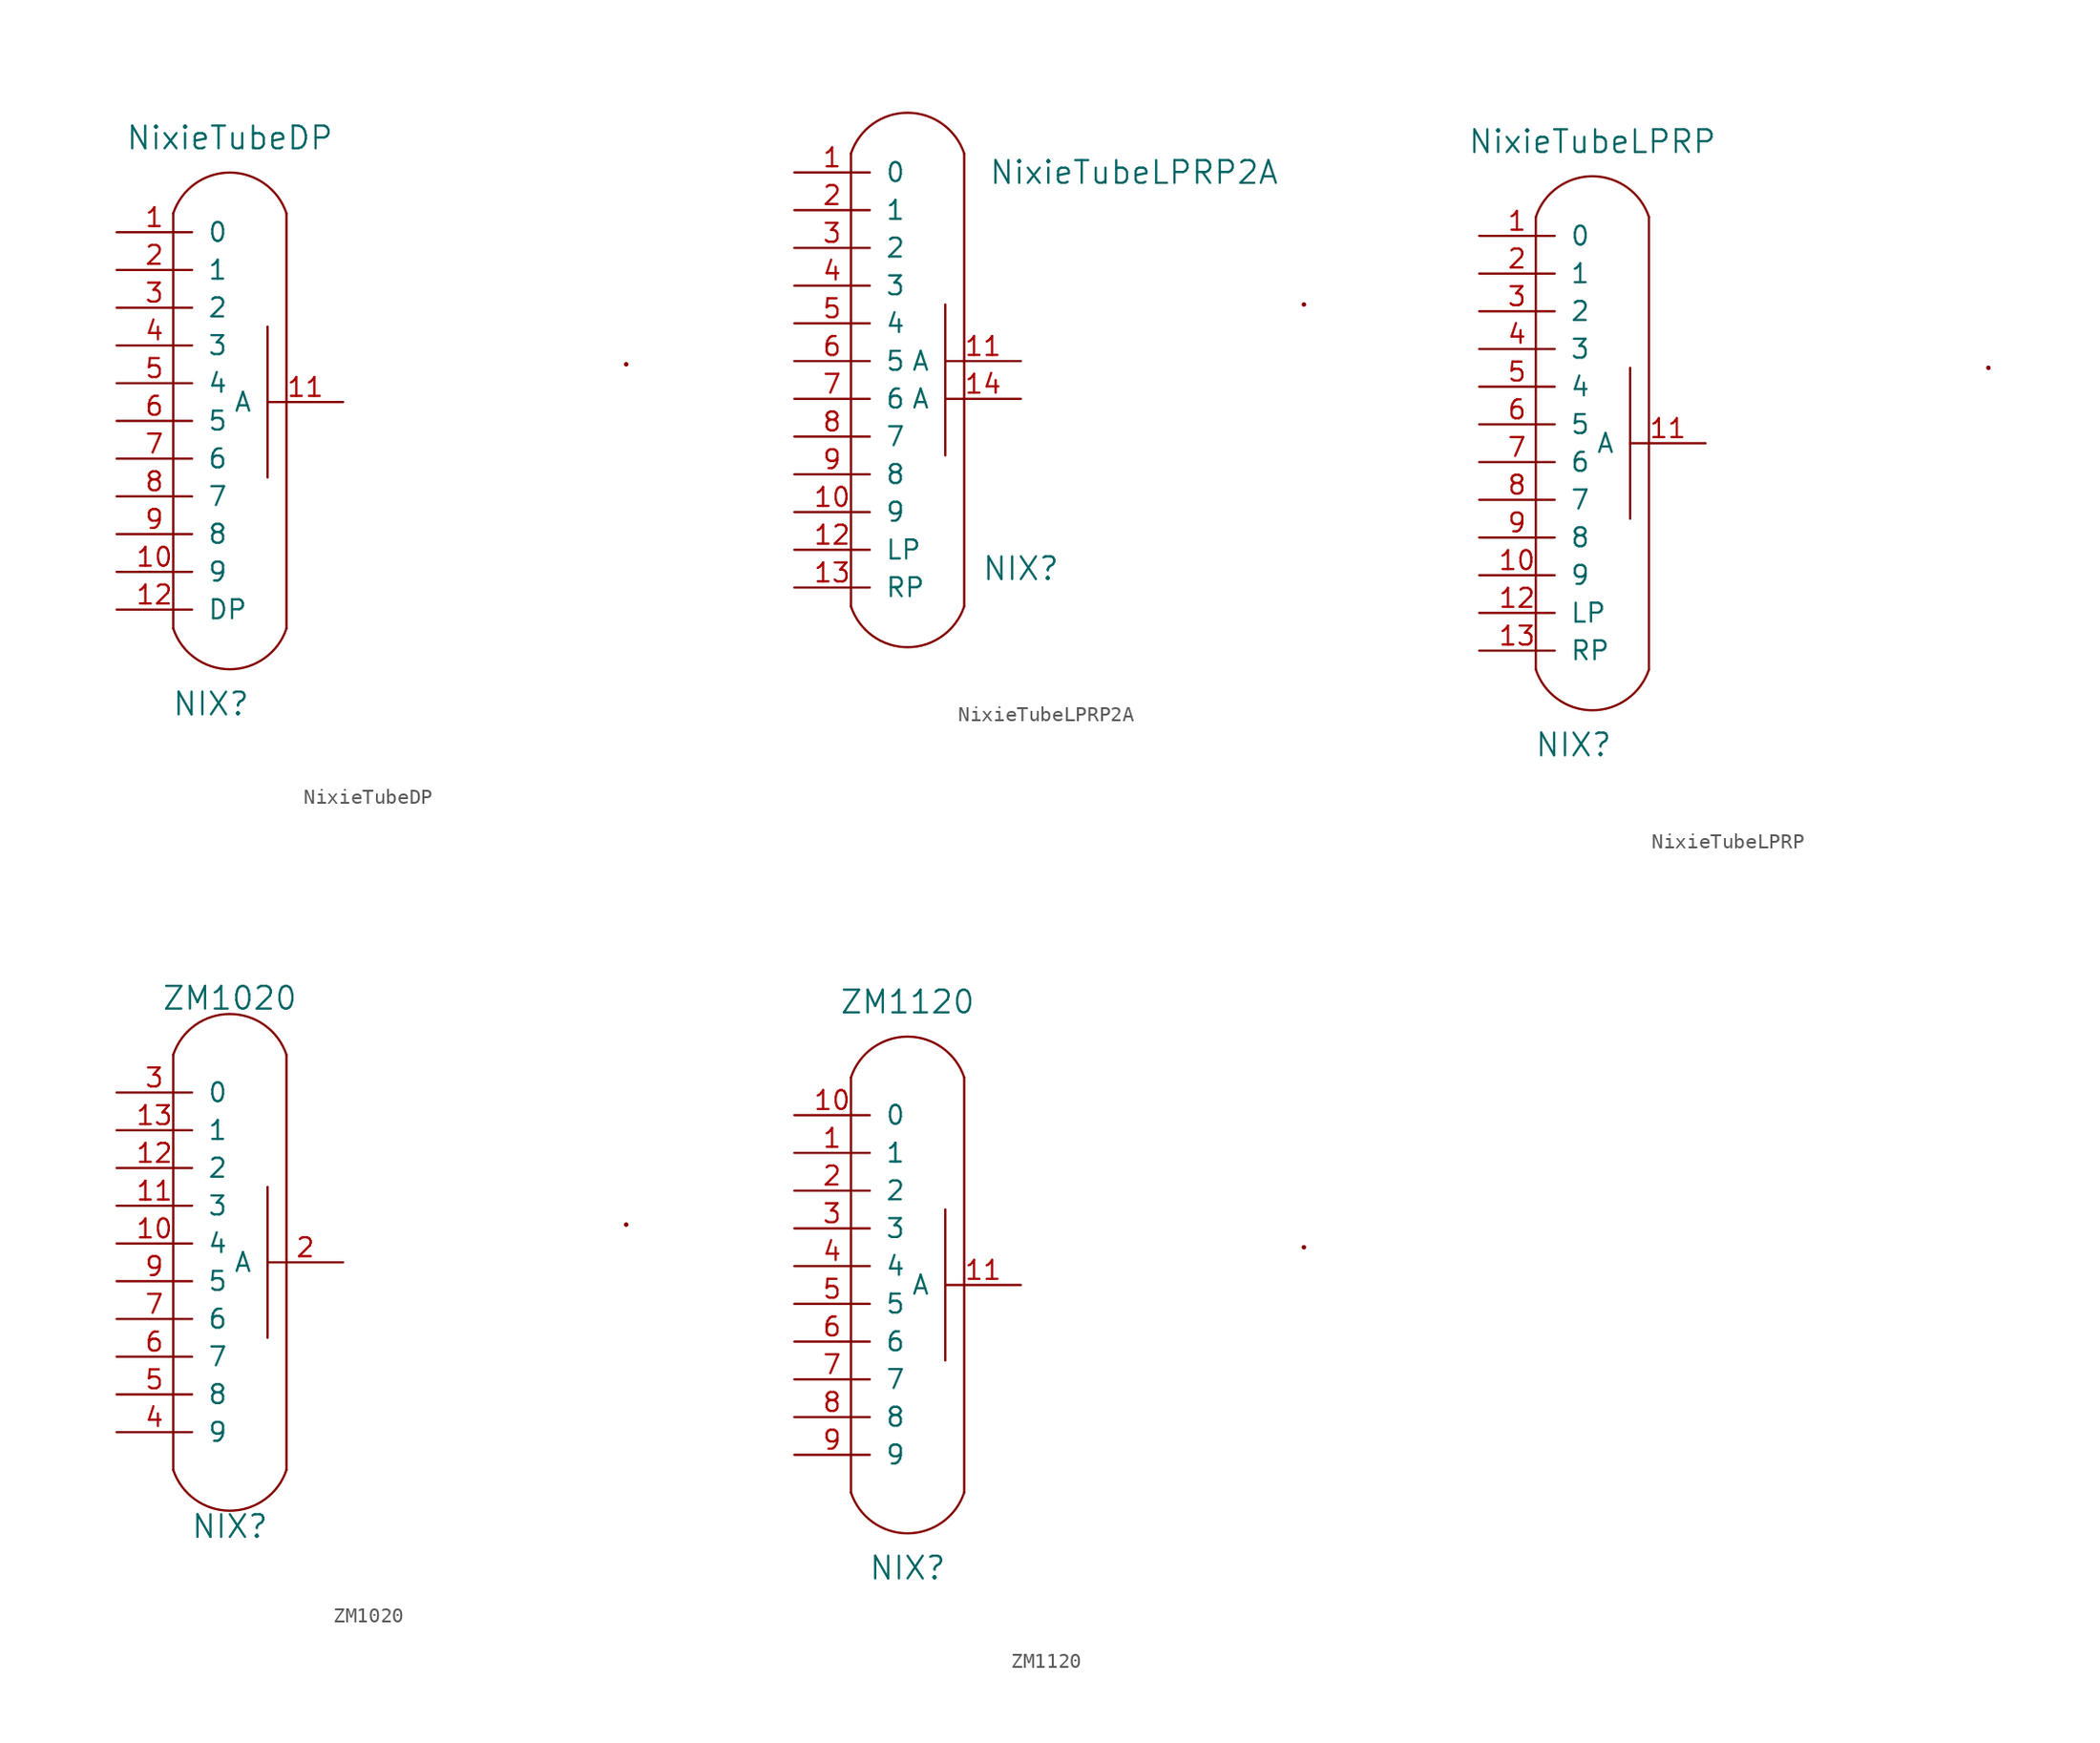
<source format=kicad_sym>
(kicad_symbol_lib
  (version 20231120)
  (generator "kicad_symbol_editor")
  (generator_version "8.0")
  (symbol "NixieTubeDP"
    (pin_names
      (offset 1.016))
    (property "Reference" "NIX"
      (at 8.89 -27.94 0)
      (effects (font (size 1.524 1.524))))
    (property "Value" "NixieTubeDP"
      (at 10.16 10.16 0)
      (effects (font (size 1.524 1.524))))
    (symbol "NixieTubeDP_0_1"
      (polyline (pts (xy 6.35 5.08) (xy 6.35 -22.86)) (stroke (width 0) (type default)) (fill (type none)))
      (polyline (pts (xy 12.7 -2.54) (xy 12.7 -12.7)) (stroke (width 0) (type default)) (fill (type none)))
      (polyline (pts (xy 13.97 -22.86) (xy 13.97 5.08)) (stroke (width 0) (type default)) (fill (type none)))
      (arc (start 6.35 -22.86) (mid 10.16 -25.6061) (end 13.97 -22.86) (stroke (width 0) (type default)) (fill (type none)))
      (arc (start 13.97 5.08) (mid 10.16 7.8261) (end 6.35 5.08) (stroke (width 0) (type default)) (fill (type none)))
      (circle (center 36.83 -5.08) (radius 0.0001) (stroke (width 0) (type default)) (fill (type none))))
    (symbol "NixieTubeDP_1_1"
      (pin output line (at 2.54 3.81 0) (length 5.08) (name "0" (effects (font (size 1.27 1.27)))) (number "1" (effects (font (size 1.27 1.27)))))
      (pin output line (at 2.54 -19.05 0) (length 5.08) (name "9" (effects (font (size 1.27 1.27)))) (number "10" (effects (font (size 1.27 1.27)))))
      (pin input line (at 17.78 -7.62 180) (length 5.08) (name "A" (effects (font (size 1.27 1.27)))) (number "11" (effects (font (size 1.27 1.27)))))
      (pin output line (at 2.54 -21.59 0) (length 5.08) (name "DP" (effects (font (size 1.27 1.27)))) (number "12" (effects (font (size 1.27 1.27)))))
      (pin output line (at 2.54 1.27 0) (length 5.08) (name "1" (effects (font (size 1.27 1.27)))) (number "2" (effects (font (size 1.27 1.27)))))
      (pin output line (at 2.54 -1.27 0) (length 5.08) (name "2" (effects (font (size 1.27 1.27)))) (number "3" (effects (font (size 1.27 1.27)))))
      (pin output line (at 2.54 -3.81 0) (length 5.08) (name "3" (effects (font (size 1.27 1.27)))) (number "4" (effects (font (size 1.27 1.27)))))
      (pin output line (at 2.54 -6.35 0) (length 5.08) (name "4" (effects (font (size 1.27 1.27)))) (number "5" (effects (font (size 1.27 1.27)))))
      (pin output line (at 2.54 -8.89 0) (length 5.08) (name "5" (effects (font (size 1.27 1.27)))) (number "6" (effects (font (size 1.27 1.27)))))
      (pin output line (at 2.54 -11.43 0) (length 5.08) (name "6" (effects (font (size 1.27 1.27)))) (number "7" (effects (font (size 1.27 1.27)))))
      (pin output line (at 2.54 -13.97 0) (length 5.08) (name "7" (effects (font (size 1.27 1.27)))) (number "8" (effects (font (size 1.27 1.27)))))
      (pin output line (at 2.54 -16.51 0) (length 5.08) (name "8" (effects (font (size 1.27 1.27)))) (number "9" (effects (font (size 1.27 1.27)))))))
  (symbol "NixieTubeLPRP2A"
    (pin_names
      (offset 1.016))
    (property "Reference" "NIX"
      (at 17.78 -22.86 0)
      (effects (font (size 1.524 1.524))))
    (property "Value" "NixieTubeLPRP2A"
      (at 25.4 3.81 0)
      (effects (font (size 1.524 1.524))))
    (symbol "NixieTubeLPRP2A_0_1"
      (polyline (pts (xy 6.35 5.08) (xy 6.35 -25.4)) (stroke (width 0) (type default)) (fill (type none)))
      (polyline (pts (xy 12.7 -5.08) (xy 12.7 -15.24)) (stroke (width 0) (type default)) (fill (type none)))
      (polyline (pts (xy 13.97 -25.4) (xy 13.97 5.08)) (stroke (width 0) (type default)) (fill (type none)))
      (arc (start 6.35 -25.4) (mid 10.16 -28.1461) (end 13.97 -25.4) (stroke (width 0) (type default)) (fill (type none)))
      (arc (start 13.97 5.08) (mid 10.16 7.8261) (end 6.35 5.08) (stroke (width 0) (type default)) (fill (type none)))
      (circle (center 36.83 -5.08) (radius 0.0001) (stroke (width 0) (type default)) (fill (type none))))
    (symbol "NixieTubeLPRP2A_1_1"
      (pin output line (at 2.54 3.81 0) (length 5.08) (name "0" (effects (font (size 1.27 1.27)))) (number "1" (effects (font (size 1.27 1.27)))))
      (pin output line (at 2.54 -19.05 0) (length 5.08) (name "9" (effects (font (size 1.27 1.27)))) (number "10" (effects (font (size 1.27 1.27)))))
      (pin input line (at 17.78 -8.89 180) (length 5.08) (name "A" (effects (font (size 1.27 1.27)))) (number "11" (effects (font (size 1.27 1.27)))))
      (pin output line (at 2.54 -21.59 0) (length 5.08) (name "LP" (effects (font (size 1.27 1.27)))) (number "12" (effects (font (size 1.27 1.27)))))
      (pin output line (at 2.54 -24.13 0) (length 5.08) (name "RP" (effects (font (size 1.27 1.27)))) (number "13" (effects (font (size 1.27 1.27)))))
      (pin input line (at 17.78 -11.43 180) (length 5.08) (name "A" (effects (font (size 1.27 1.27)))) (number "14" (effects (font (size 1.27 1.27)))))
      (pin output line (at 2.54 1.27 0) (length 5.08) (name "1" (effects (font (size 1.27 1.27)))) (number "2" (effects (font (size 1.27 1.27)))))
      (pin output line (at 2.54 -1.27 0) (length 5.08) (name "2" (effects (font (size 1.27 1.27)))) (number "3" (effects (font (size 1.27 1.27)))))
      (pin output line (at 2.54 -3.81 0) (length 5.08) (name "3" (effects (font (size 1.27 1.27)))) (number "4" (effects (font (size 1.27 1.27)))))
      (pin output line (at 2.54 -6.35 0) (length 5.08) (name "4" (effects (font (size 1.27 1.27)))) (number "5" (effects (font (size 1.27 1.27)))))
      (pin output line (at 2.54 -8.89 0) (length 5.08) (name "5" (effects (font (size 1.27 1.27)))) (number "6" (effects (font (size 1.27 1.27)))))
      (pin output line (at 2.54 -11.43 0) (length 5.08) (name "6" (effects (font (size 1.27 1.27)))) (number "7" (effects (font (size 1.27 1.27)))))
      (pin output line (at 2.54 -13.97 0) (length 5.08) (name "7" (effects (font (size 1.27 1.27)))) (number "8" (effects (font (size 1.27 1.27)))))
      (pin output line (at 2.54 -16.51 0) (length 5.08) (name "8" (effects (font (size 1.27 1.27)))) (number "9" (effects (font (size 1.27 1.27)))))))
  (symbol "NixieTubeLPRP"
    (pin_names
      (offset 1.016))
    (property "Reference" "NIX"
      (at 8.89 -30.48 0)
      (effects (font (size 1.524 1.524))))
    (property "Value" "NixieTubeLPRP"
      (at 10.16 10.16 0)
      (effects (font (size 1.524 1.524))))
    (symbol "NixieTubeLPRP_0_1"
      (polyline (pts (xy 6.35 5.08) (xy 6.35 -25.4)) (stroke (width 0) (type default)) (fill (type none)))
      (polyline (pts (xy 12.7 -5.08) (xy 12.7 -15.24)) (stroke (width 0) (type default)) (fill (type none)))
      (polyline (pts (xy 13.97 -25.4) (xy 13.97 5.08)) (stroke (width 0) (type default)) (fill (type none)))
      (arc (start 6.35 -25.4) (mid 10.16 -28.1461) (end 13.97 -25.4) (stroke (width 0) (type default)) (fill (type none)))
      (arc (start 13.97 5.08) (mid 10.16 7.8261) (end 6.35 5.08) (stroke (width 0) (type default)) (fill (type none)))
      (circle (center 36.83 -5.08) (radius 0.0001) (stroke (width 0) (type default)) (fill (type none))))
    (symbol "NixieTubeLPRP_1_1"
      (pin output line (at 2.54 3.81 0) (length 5.08) (name "0" (effects (font (size 1.27 1.27)))) (number "1" (effects (font (size 1.27 1.27)))))
      (pin output line (at 2.54 -19.05 0) (length 5.08) (name "9" (effects (font (size 1.27 1.27)))) (number "10" (effects (font (size 1.27 1.27)))))
      (pin input line (at 17.78 -10.16 180) (length 5.08) (name "A" (effects (font (size 1.27 1.27)))) (number "11" (effects (font (size 1.27 1.27)))))
      (pin output line (at 2.54 -21.59 0) (length 5.08) (name "LP" (effects (font (size 1.27 1.27)))) (number "12" (effects (font (size 1.27 1.27)))))
      (pin output line (at 2.54 -24.13 0) (length 5.08) (name "RP" (effects (font (size 1.27 1.27)))) (number "13" (effects (font (size 1.27 1.27)))))
      (pin output line (at 2.54 1.27 0) (length 5.08) (name "1" (effects (font (size 1.27 1.27)))) (number "2" (effects (font (size 1.27 1.27)))))
      (pin output line (at 2.54 -1.27 0) (length 5.08) (name "2" (effects (font (size 1.27 1.27)))) (number "3" (effects (font (size 1.27 1.27)))))
      (pin output line (at 2.54 -3.81 0) (length 5.08) (name "3" (effects (font (size 1.27 1.27)))) (number "4" (effects (font (size 1.27 1.27)))))
      (pin output line (at 2.54 -6.35 0) (length 5.08) (name "4" (effects (font (size 1.27 1.27)))) (number "5" (effects (font (size 1.27 1.27)))))
      (pin output line (at 2.54 -8.89 0) (length 5.08) (name "5" (effects (font (size 1.27 1.27)))) (number "6" (effects (font (size 1.27 1.27)))))
      (pin output line (at 2.54 -11.43 0) (length 5.08) (name "6" (effects (font (size 1.27 1.27)))) (number "7" (effects (font (size 1.27 1.27)))))
      (pin output line (at 2.54 -13.97 0) (length 5.08) (name "7" (effects (font (size 1.27 1.27)))) (number "8" (effects (font (size 1.27 1.27)))))
      (pin output line (at 2.54 -16.51 0) (length 5.08) (name "8" (effects (font (size 1.27 1.27)))) (number "9" (effects (font (size 1.27 1.27)))))))
  (symbol "ZM1020"
    (pin_names
      (offset 1.016))
    (property "Reference" "NIX"
      (at 10.16 -25.4 0)
      (effects (font (size 1.524 1.524))))
    (property "Value" "ZM1020"
      (at 10.16 10.16 0)
      (effects (font (size 1.524 1.524))))
    (symbol "ZM1020_0_1"
      (polyline (pts (xy 6.35 6.35) (xy 6.35 -21.59)) (stroke (width 0) (type default)) (fill (type none)))
      (polyline (pts (xy 12.7 -2.54) (xy 12.7 -12.7)) (stroke (width 0) (type default)) (fill (type none)))
      (polyline (pts (xy 13.97 -21.59) (xy 13.97 6.35)) (stroke (width 0) (type default)) (fill (type none)))
      (arc (start 6.35 -21.59) (mid 10.16 -24.3361) (end 13.97 -21.59) (stroke (width 0) (type default)) (fill (type none)))
      (arc (start 13.97 6.35) (mid 10.16 9.0961) (end 6.35 6.35) (stroke (width 0) (type default)) (fill (type none)))
      (circle (center 36.83 -5.08) (radius 0.0001) (stroke (width 0) (type default)) (fill (type none))))
    (symbol "ZM1020_1_1"
      (pin input line (at 2.54 -6.35 0) (length 5.08) (name "4" (effects (font (size 1.27 1.27)))) (number "10" (effects (font (size 1.27 1.27)))))
      (pin input line (at 2.54 -3.81 0) (length 5.08) (name "3" (effects (font (size 1.27 1.27)))) (number "11" (effects (font (size 1.27 1.27)))))
      (pin input line (at 2.54 -1.27 0) (length 5.08) (name "2" (effects (font (size 1.27 1.27)))) (number "12" (effects (font (size 1.27 1.27)))))
      (pin input line (at 2.54 1.27 0) (length 5.08) (name "1" (effects (font (size 1.27 1.27)))) (number "13" (effects (font (size 1.27 1.27)))))
      (pin input line (at 17.78 -7.62 180) (length 5.08) (name "A" (effects (font (size 1.27 1.27)))) (number "2" (effects (font (size 1.27 1.27)))))
      (pin input line (at 2.54 3.81 0) (length 5.08) (name "0" (effects (font (size 1.27 1.27)))) (number "3" (effects (font (size 1.27 1.27)))))
      (pin input line (at 2.54 -19.05 0) (length 5.08) (name "9" (effects (font (size 1.27 1.27)))) (number "4" (effects (font (size 1.27 1.27)))))
      (pin input line (at 2.54 -16.51 0) (length 5.08) (name "8" (effects (font (size 1.27 1.27)))) (number "5" (effects (font (size 1.27 1.27)))))
      (pin input line (at 2.54 -13.97 0) (length 5.08) (name "7" (effects (font (size 1.27 1.27)))) (number "6" (effects (font (size 1.27 1.27)))))
      (pin input line (at 2.54 -11.43 0) (length 5.08) (name "6" (effects (font (size 1.27 1.27)))) (number "7" (effects (font (size 1.27 1.27)))))
      (pin input line (at 2.54 -8.89 0) (length 5.08) (name "5" (effects (font (size 1.27 1.27)))) (number "9" (effects (font (size 1.27 1.27)))))))
  (symbol "ZM1120"
    (pin_names
      (offset 1.016))
    (property "Reference" "NIX"
      (at 10.16 -26.67 0)
      (effects (font (size 1.524 1.524))))
    (property "Value" "ZM1120"
      (at 10.16 11.43 0)
      (effects (font (size 1.524 1.524))))
    (symbol "ZM1120_0_1"
      (polyline (pts (xy 6.35 6.35) (xy 6.35 -21.59)) (stroke (width 0) (type default)) (fill (type none)))
      (polyline (pts (xy 12.7 -2.54) (xy 12.7 -12.7)) (stroke (width 0) (type default)) (fill (type none)))
      (polyline (pts (xy 13.97 -21.59) (xy 13.97 6.35)) (stroke (width 0) (type default)) (fill (type none)))
      (arc (start 6.35 -21.59) (mid 10.16 -24.3361) (end 13.97 -21.59) (stroke (width 0) (type default)) (fill (type none)))
      (arc (start 13.97 6.35) (mid 10.16 9.0961) (end 6.35 6.35) (stroke (width 0) (type default)) (fill (type none)))
      (circle (center 36.83 -5.08) (radius 0.0001) (stroke (width 0) (type default)) (fill (type none))))
    (symbol "ZM1120_1_1"
      (pin output line (at 2.54 1.27 0) (length 5.08) (name "1" (effects (font (size 1.27 1.27)))) (number "1" (effects (font (size 1.27 1.27)))))
      (pin output line (at 2.54 3.81 0) (length 5.08) (name "0" (effects (font (size 1.27 1.27)))) (number "10" (effects (font (size 1.27 1.27)))))
      (pin input line (at 17.78 -7.62 180) (length 5.08) (name "A" (effects (font (size 1.27 1.27)))) (number "11" (effects (font (size 1.27 1.27)))))
      (pin output line (at 2.54 -1.27 0) (length 5.08) (name "2" (effects (font (size 1.27 1.27)))) (number "2" (effects (font (size 1.27 1.27)))))
      (pin output line (at 2.54 -3.81 0) (length 5.08) (name "3" (effects (font (size 1.27 1.27)))) (number "3" (effects (font (size 1.27 1.27)))))
      (pin output line (at 2.54 -6.35 0) (length 5.08) (name "4" (effects (font (size 1.27 1.27)))) (number "4" (effects (font (size 1.27 1.27)))))
      (pin output line (at 2.54 -8.89 0) (length 5.08) (name "5" (effects (font (size 1.27 1.27)))) (number "5" (effects (font (size 1.27 1.27)))))
      (pin output line (at 2.54 -11.43 0) (length 5.08) (name "6" (effects (font (size 1.27 1.27)))) (number "6" (effects (font (size 1.27 1.27)))))
      (pin output line (at 2.54 -13.97 0) (length 5.08) (name "7" (effects (font (size 1.27 1.27)))) (number "7" (effects (font (size 1.27 1.27)))))
      (pin output line (at 2.54 -16.51 0) (length 5.08) (name "8" (effects (font (size 1.27 1.27)))) (number "8" (effects (font (size 1.27 1.27)))))
      (pin output line (at 2.54 -19.05 0) (length 5.08) (name "9" (effects (font (size 1.27 1.27)))) (number "9" (effects (font (size 1.27 1.27))))))))
</source>
